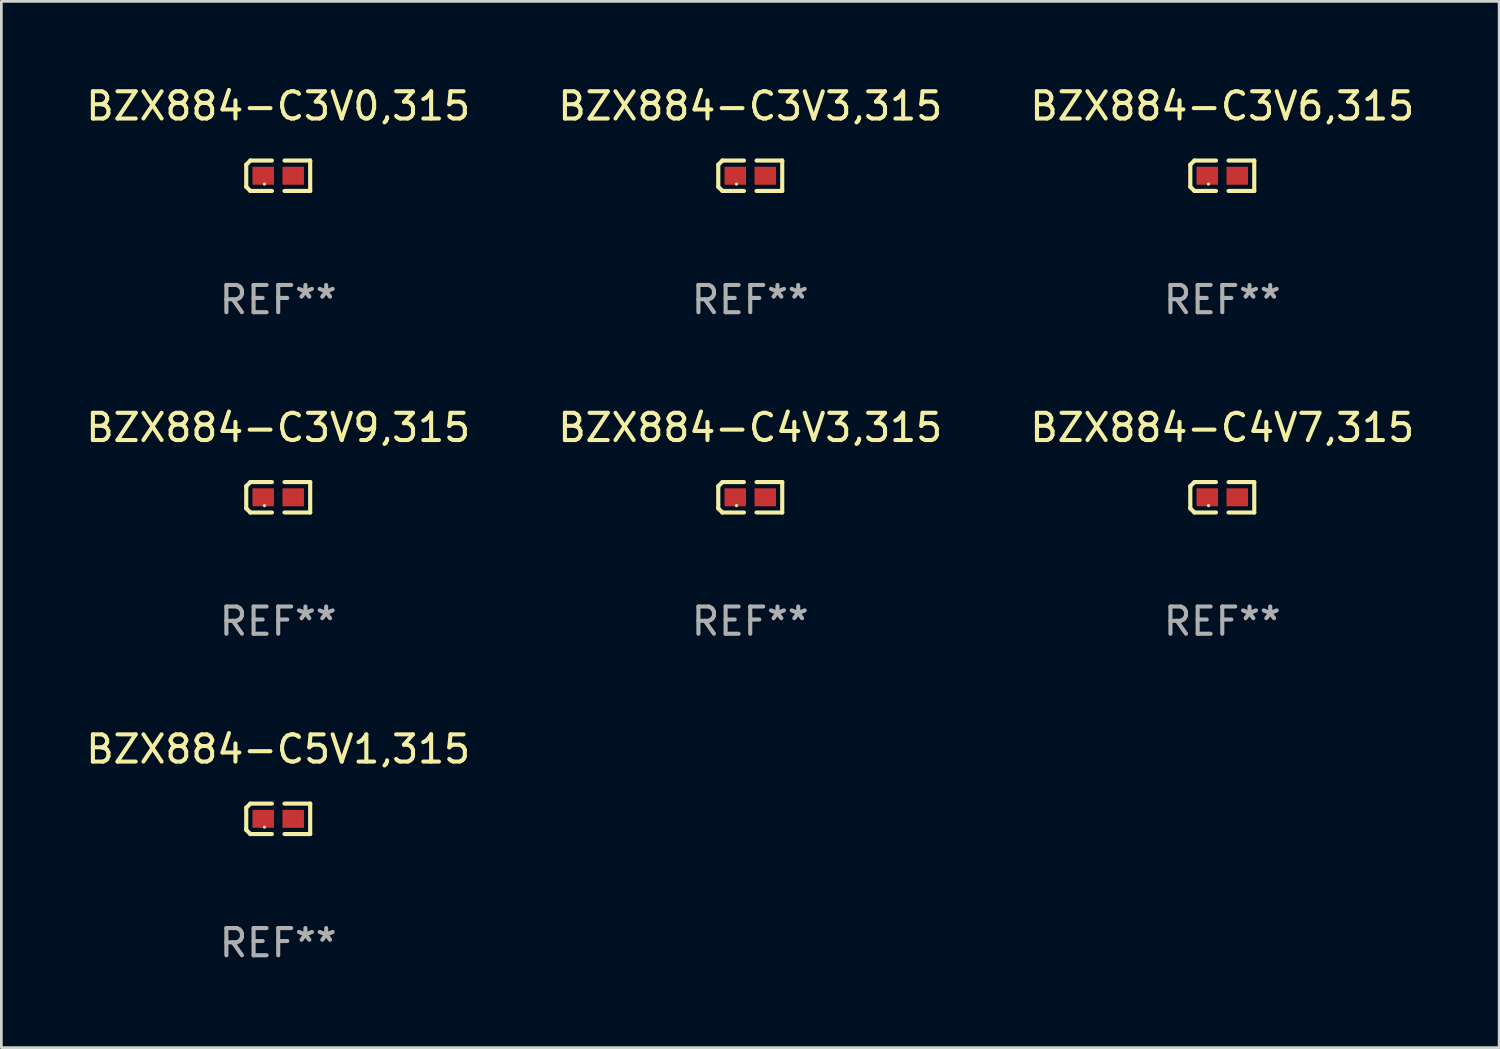
<source format=kicad_pcb>
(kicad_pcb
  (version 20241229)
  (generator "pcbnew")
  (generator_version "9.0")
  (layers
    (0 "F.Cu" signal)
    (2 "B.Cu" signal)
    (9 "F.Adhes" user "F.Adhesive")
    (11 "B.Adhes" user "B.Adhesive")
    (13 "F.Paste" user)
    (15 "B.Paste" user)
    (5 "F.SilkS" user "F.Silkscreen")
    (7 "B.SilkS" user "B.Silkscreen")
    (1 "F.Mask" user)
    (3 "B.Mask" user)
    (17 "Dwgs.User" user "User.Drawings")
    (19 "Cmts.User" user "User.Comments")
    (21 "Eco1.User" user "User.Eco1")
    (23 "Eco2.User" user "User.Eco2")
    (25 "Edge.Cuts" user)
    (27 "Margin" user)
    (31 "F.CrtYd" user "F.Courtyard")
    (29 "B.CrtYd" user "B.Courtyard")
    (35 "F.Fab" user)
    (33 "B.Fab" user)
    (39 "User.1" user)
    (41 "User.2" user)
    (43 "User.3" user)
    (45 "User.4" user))
  (footprint "BZX884-C4V7,315"
    (layer "F.Cu")
    (at 41.863 15.223)
    (property "Reference" "BZX884-C4V7,315" (at 0 -2.559 0) (layer "F.SilkS") (effects (font (size 1 1) (thickness 0.15))))
    (attr through_hole)
    (fp_line (start -1.175 -0.407) (end -1.023 -0.559) (stroke (width 0.152) (type solid)) (layer "F.SilkS"))
    (fp_line (start -1.175 0.407) (end -1.175 -0.407) (stroke (width 0.152) (type solid)) (layer "F.SilkS"))
    (fp_line (start -1.023 -0.559) (end -0.232 -0.559) (stroke (width 0.152) (type solid)) (layer "F.SilkS"))
    (fp_line (start -1.023 0.559) (end -1.175 0.407) (stroke (width 0.152) (type solid)) (layer "F.SilkS"))
    (fp_line (start -0.232 0.559) (end -1.023 0.559) (stroke (width 0.152) (type solid)) (layer "F.SilkS"))
    (fp_line (start 0.232 0.559) (end 1.175 0.559) (stroke (width 0.152) (type solid)) (layer "F.SilkS"))
    (fp_line (start 1.175 -0.559) (end 0.232 -0.559) (stroke (width 0.152) (type solid)) (layer "F.SilkS"))
    (fp_line (start 1.175 0.559) (end 1.175 -0.559) (stroke (width 0.152) (type solid)) (layer "F.SilkS"))
    (fp_circle (center -0.506 0.306) (end -0.476 0.306) (stroke (width 0.06) (type solid)) (fill no) (layer "F.SilkS"))
    (fp_text user "REF**" (at 0 4.559 0) (layer "F.Fab") (effects (font (size 1 1) (thickness 0.15))))
    (pad "1" smd rect (at -0.551 0) (size 0.79 0.661) (layers "F.Cu" "F.Mask" "F.Paste"))
    (pad "2" smd rect (at 0.551 0) (size 0.79 0.661) (layers "F.Cu" "F.Mask" "F.Paste")))
  (footprint "BZX884-C4V3,315"
    (layer "F.Cu")
    (at 24.518 15.223)
    (property "Reference" "BZX884-C4V3,315" (at 0 -2.559 0) (layer "F.SilkS") (effects (font (size 1 1) (thickness 0.15))))
    (attr through_hole)
    (fp_line (start -1.175 -0.407) (end -1.023 -0.559) (stroke (width 0.152) (type solid)) (layer "F.SilkS"))
    (fp_line (start -1.175 0.407) (end -1.175 -0.407) (stroke (width 0.152) (type solid)) (layer "F.SilkS"))
    (fp_line (start -1.023 -0.559) (end -0.232 -0.559) (stroke (width 0.152) (type solid)) (layer "F.SilkS"))
    (fp_line (start -1.023 0.559) (end -1.175 0.407) (stroke (width 0.152) (type solid)) (layer "F.SilkS"))
    (fp_line (start -0.232 0.559) (end -1.023 0.559) (stroke (width 0.152) (type solid)) (layer "F.SilkS"))
    (fp_line (start 0.232 0.559) (end 1.175 0.559) (stroke (width 0.152) (type solid)) (layer "F.SilkS"))
    (fp_line (start 1.175 -0.559) (end 0.232 -0.559) (stroke (width 0.152) (type solid)) (layer "F.SilkS"))
    (fp_line (start 1.175 0.559) (end 1.175 -0.559) (stroke (width 0.152) (type solid)) (layer "F.SilkS"))
    (fp_circle (center -0.506 0.306) (end -0.476 0.306) (stroke (width 0.06) (type solid)) (fill no) (layer "F.SilkS"))
    (fp_text user "REF**" (at 0 4.559 0) (layer "F.Fab") (effects (font (size 1 1) (thickness 0.15))))
    (pad "1" smd rect (at -0.551 0) (size 0.79 0.661) (layers "F.Cu" "F.Mask" "F.Paste"))
    (pad "2" smd rect (at 0.551 0) (size 0.79 0.661) (layers "F.Cu" "F.Mask" "F.Paste")))
  (footprint "BZX884-C3V9,315"
    (layer "F.Cu")
    (at 7.173 15.223)
    (property "Reference" "BZX884-C3V9,315" (at 0 -2.559 0) (layer "F.SilkS") (effects (font (size 1 1) (thickness 0.15))))
    (attr through_hole)
    (fp_line (start -1.175 -0.407) (end -1.023 -0.559) (stroke (width 0.152) (type solid)) (layer "F.SilkS"))
    (fp_line (start -1.175 0.407) (end -1.175 -0.407) (stroke (width 0.152) (type solid)) (layer "F.SilkS"))
    (fp_line (start -1.023 -0.559) (end -0.232 -0.559) (stroke (width 0.152) (type solid)) (layer "F.SilkS"))
    (fp_line (start -1.023 0.559) (end -1.175 0.407) (stroke (width 0.152) (type solid)) (layer "F.SilkS"))
    (fp_line (start -0.232 0.559) (end -1.023 0.559) (stroke (width 0.152) (type solid)) (layer "F.SilkS"))
    (fp_line (start 0.232 0.559) (end 1.175 0.559) (stroke (width 0.152) (type solid)) (layer "F.SilkS"))
    (fp_line (start 1.175 -0.559) (end 0.232 -0.559) (stroke (width 0.152) (type solid)) (layer "F.SilkS"))
    (fp_line (start 1.175 0.559) (end 1.175 -0.559) (stroke (width 0.152) (type solid)) (layer "F.SilkS"))
    (fp_circle (center -0.506 0.306) (end -0.476 0.306) (stroke (width 0.06) (type solid)) (fill no) (layer "F.SilkS"))
    (fp_text user "REF**" (at 0 4.559 0) (layer "F.Fab") (effects (font (size 1 1) (thickness 0.15))))
    (pad "1" smd rect (at -0.551 0) (size 0.79 0.661) (layers "F.Cu" "F.Mask" "F.Paste"))
    (pad "2" smd rect (at 0.551 0) (size 0.79 0.661) (layers "F.Cu" "F.Mask" "F.Paste")))
  (footprint "BZX884-C5V1,315"
    (layer "F.Cu")
    (at 7.173 27.038)
    (property "Reference" "BZX884-C5V1,315" (at 0 -2.559 0) (layer "F.SilkS") (effects (font (size 1 1) (thickness 0.15))))
    (attr through_hole)
    (fp_line (start -1.175 -0.407) (end -1.023 -0.559) (stroke (width 0.152) (type solid)) (layer "F.SilkS"))
    (fp_line (start -1.175 0.407) (end -1.175 -0.407) (stroke (width 0.152) (type solid)) (layer "F.SilkS"))
    (fp_line (start -1.023 -0.559) (end -0.232 -0.559) (stroke (width 0.152) (type solid)) (layer "F.SilkS"))
    (fp_line (start -1.023 0.559) (end -1.175 0.407) (stroke (width 0.152) (type solid)) (layer "F.SilkS"))
    (fp_line (start -0.232 0.559) (end -1.023 0.559) (stroke (width 0.152) (type solid)) (layer "F.SilkS"))
    (fp_line (start 0.232 0.559) (end 1.175 0.559) (stroke (width 0.152) (type solid)) (layer "F.SilkS"))
    (fp_line (start 1.175 -0.559) (end 0.232 -0.559) (stroke (width 0.152) (type solid)) (layer "F.SilkS"))
    (fp_line (start 1.175 0.559) (end 1.175 -0.559) (stroke (width 0.152) (type solid)) (layer "F.SilkS"))
    (fp_circle (center -0.506 0.306) (end -0.476 0.306) (stroke (width 0.06) (type solid)) (fill no) (layer "F.SilkS"))
    (fp_text user "REF**" (at 0 4.559 0) (layer "F.Fab") (effects (font (size 1 1) (thickness 0.15))))
    (pad "1" smd rect (at -0.551 0) (size 0.79 0.661) (layers "F.Cu" "F.Mask" "F.Paste"))
    (pad "2" smd rect (at 0.551 0) (size 0.79 0.661) (layers "F.Cu" "F.Mask" "F.Paste")))
  (footprint "BZX884-C3V0,315"
    (layer "F.Cu")
    (at 7.173 3.408)
    (property "Reference" "BZX884-C3V0,315" (at 0 -2.559 0) (layer "F.SilkS") (effects (font (size 1 1) (thickness 0.15))))
    (attr through_hole)
    (fp_line (start -1.175 -0.407) (end -1.023 -0.559) (stroke (width 0.152) (type solid)) (layer "F.SilkS"))
    (fp_line (start -1.175 0.407) (end -1.175 -0.407) (stroke (width 0.152) (type solid)) (layer "F.SilkS"))
    (fp_line (start -1.023 -0.559) (end -0.232 -0.559) (stroke (width 0.152) (type solid)) (layer "F.SilkS"))
    (fp_line (start -1.023 0.559) (end -1.175 0.407) (stroke (width 0.152) (type solid)) (layer "F.SilkS"))
    (fp_line (start -0.232 0.559) (end -1.023 0.559) (stroke (width 0.152) (type solid)) (layer "F.SilkS"))
    (fp_line (start 0.232 0.559) (end 1.175 0.559) (stroke (width 0.152) (type solid)) (layer "F.SilkS"))
    (fp_line (start 1.175 -0.559) (end 0.232 -0.559) (stroke (width 0.152) (type solid)) (layer "F.SilkS"))
    (fp_line (start 1.175 0.559) (end 1.175 -0.559) (stroke (width 0.152) (type solid)) (layer "F.SilkS"))
    (fp_circle (center -0.506 0.306) (end -0.476 0.306) (stroke (width 0.06) (type solid)) (fill no) (layer "F.SilkS"))
    (fp_text user "REF**" (at 0 4.559 0) (layer "F.Fab") (effects (font (size 1 1) (thickness 0.15))))
    (pad "1" smd rect (at -0.551 0) (size 0.79 0.661) (layers "F.Cu" "F.Mask" "F.Paste"))
    (pad "2" smd rect (at 0.551 0) (size 0.79 0.661) (layers "F.Cu" "F.Mask" "F.Paste")))
  (footprint "BZX884-C3V3,315"
    (layer "F.Cu")
    (at 24.518 3.408)
    (property "Reference" "BZX884-C3V3,315" (at 0 -2.559 0) (layer "F.SilkS") (effects (font (size 1 1) (thickness 0.15))))
    (attr through_hole)
    (fp_line (start -1.175 -0.407) (end -1.023 -0.559) (stroke (width 0.152) (type solid)) (layer "F.SilkS"))
    (fp_line (start -1.175 0.407) (end -1.175 -0.407) (stroke (width 0.152) (type solid)) (layer "F.SilkS"))
    (fp_line (start -1.023 -0.559) (end -0.232 -0.559) (stroke (width 0.152) (type solid)) (layer "F.SilkS"))
    (fp_line (start -1.023 0.559) (end -1.175 0.407) (stroke (width 0.152) (type solid)) (layer "F.SilkS"))
    (fp_line (start -0.232 0.559) (end -1.023 0.559) (stroke (width 0.152) (type solid)) (layer "F.SilkS"))
    (fp_line (start 0.232 0.559) (end 1.175 0.559) (stroke (width 0.152) (type solid)) (layer "F.SilkS"))
    (fp_line (start 1.175 -0.559) (end 0.232 -0.559) (stroke (width 0.152) (type solid)) (layer "F.SilkS"))
    (fp_line (start 1.175 0.559) (end 1.175 -0.559) (stroke (width 0.152) (type solid)) (layer "F.SilkS"))
    (fp_circle (center -0.506 0.306) (end -0.476 0.306) (stroke (width 0.06) (type solid)) (fill no) (layer "F.SilkS"))
    (fp_text user "REF**" (at 0 4.559 0) (layer "F.Fab") (effects (font (size 1 1) (thickness 0.15))))
    (pad "1" smd rect (at -0.551 0) (size 0.79 0.661) (layers "F.Cu" "F.Mask" "F.Paste"))
    (pad "2" smd rect (at 0.551 0) (size 0.79 0.661) (layers "F.Cu" "F.Mask" "F.Paste")))
  (footprint "BZX884-C3V6,315"
    (layer "F.Cu")
    (at 41.863 3.408)
    (property "Reference" "BZX884-C3V6,315" (at 0 -2.559 0) (layer "F.SilkS") (effects (font (size 1 1) (thickness 0.15))))
    (attr through_hole)
    (fp_line (start -1.175 -0.407) (end -1.023 -0.559) (stroke (width 0.152) (type solid)) (layer "F.SilkS"))
    (fp_line (start -1.175 0.407) (end -1.175 -0.407) (stroke (width 0.152) (type solid)) (layer "F.SilkS"))
    (fp_line (start -1.023 -0.559) (end -0.232 -0.559) (stroke (width 0.152) (type solid)) (layer "F.SilkS"))
    (fp_line (start -1.023 0.559) (end -1.175 0.407) (stroke (width 0.152) (type solid)) (layer "F.SilkS"))
    (fp_line (start -0.232 0.559) (end -1.023 0.559) (stroke (width 0.152) (type solid)) (layer "F.SilkS"))
    (fp_line (start 0.232 0.559) (end 1.175 0.559) (stroke (width 0.152) (type solid)) (layer "F.SilkS"))
    (fp_line (start 1.175 -0.559) (end 0.232 -0.559) (stroke (width 0.152) (type solid)) (layer "F.SilkS"))
    (fp_line (start 1.175 0.559) (end 1.175 -0.559) (stroke (width 0.152) (type solid)) (layer "F.SilkS"))
    (fp_circle (center -0.506 0.306) (end -0.476 0.306) (stroke (width 0.06) (type solid)) (fill no) (layer "F.SilkS"))
    (fp_text user "REF**" (at 0 4.559 0) (layer "F.Fab") (effects (font (size 1 1) (thickness 0.15))))
    (pad "1" smd rect (at -0.551 0) (size 0.79 0.661) (layers "F.Cu" "F.Mask" "F.Paste"))
    (pad "2" smd rect (at 0.551 0) (size 0.79 0.661) (layers "F.Cu" "F.Mask" "F.Paste")))
  (gr_rect
    (start -3 -3)
    (end 52.036 35.446)
    (stroke (width 0.1) (type default))
    (fill no)
    (layer "Edge.Cuts")))
</source>
